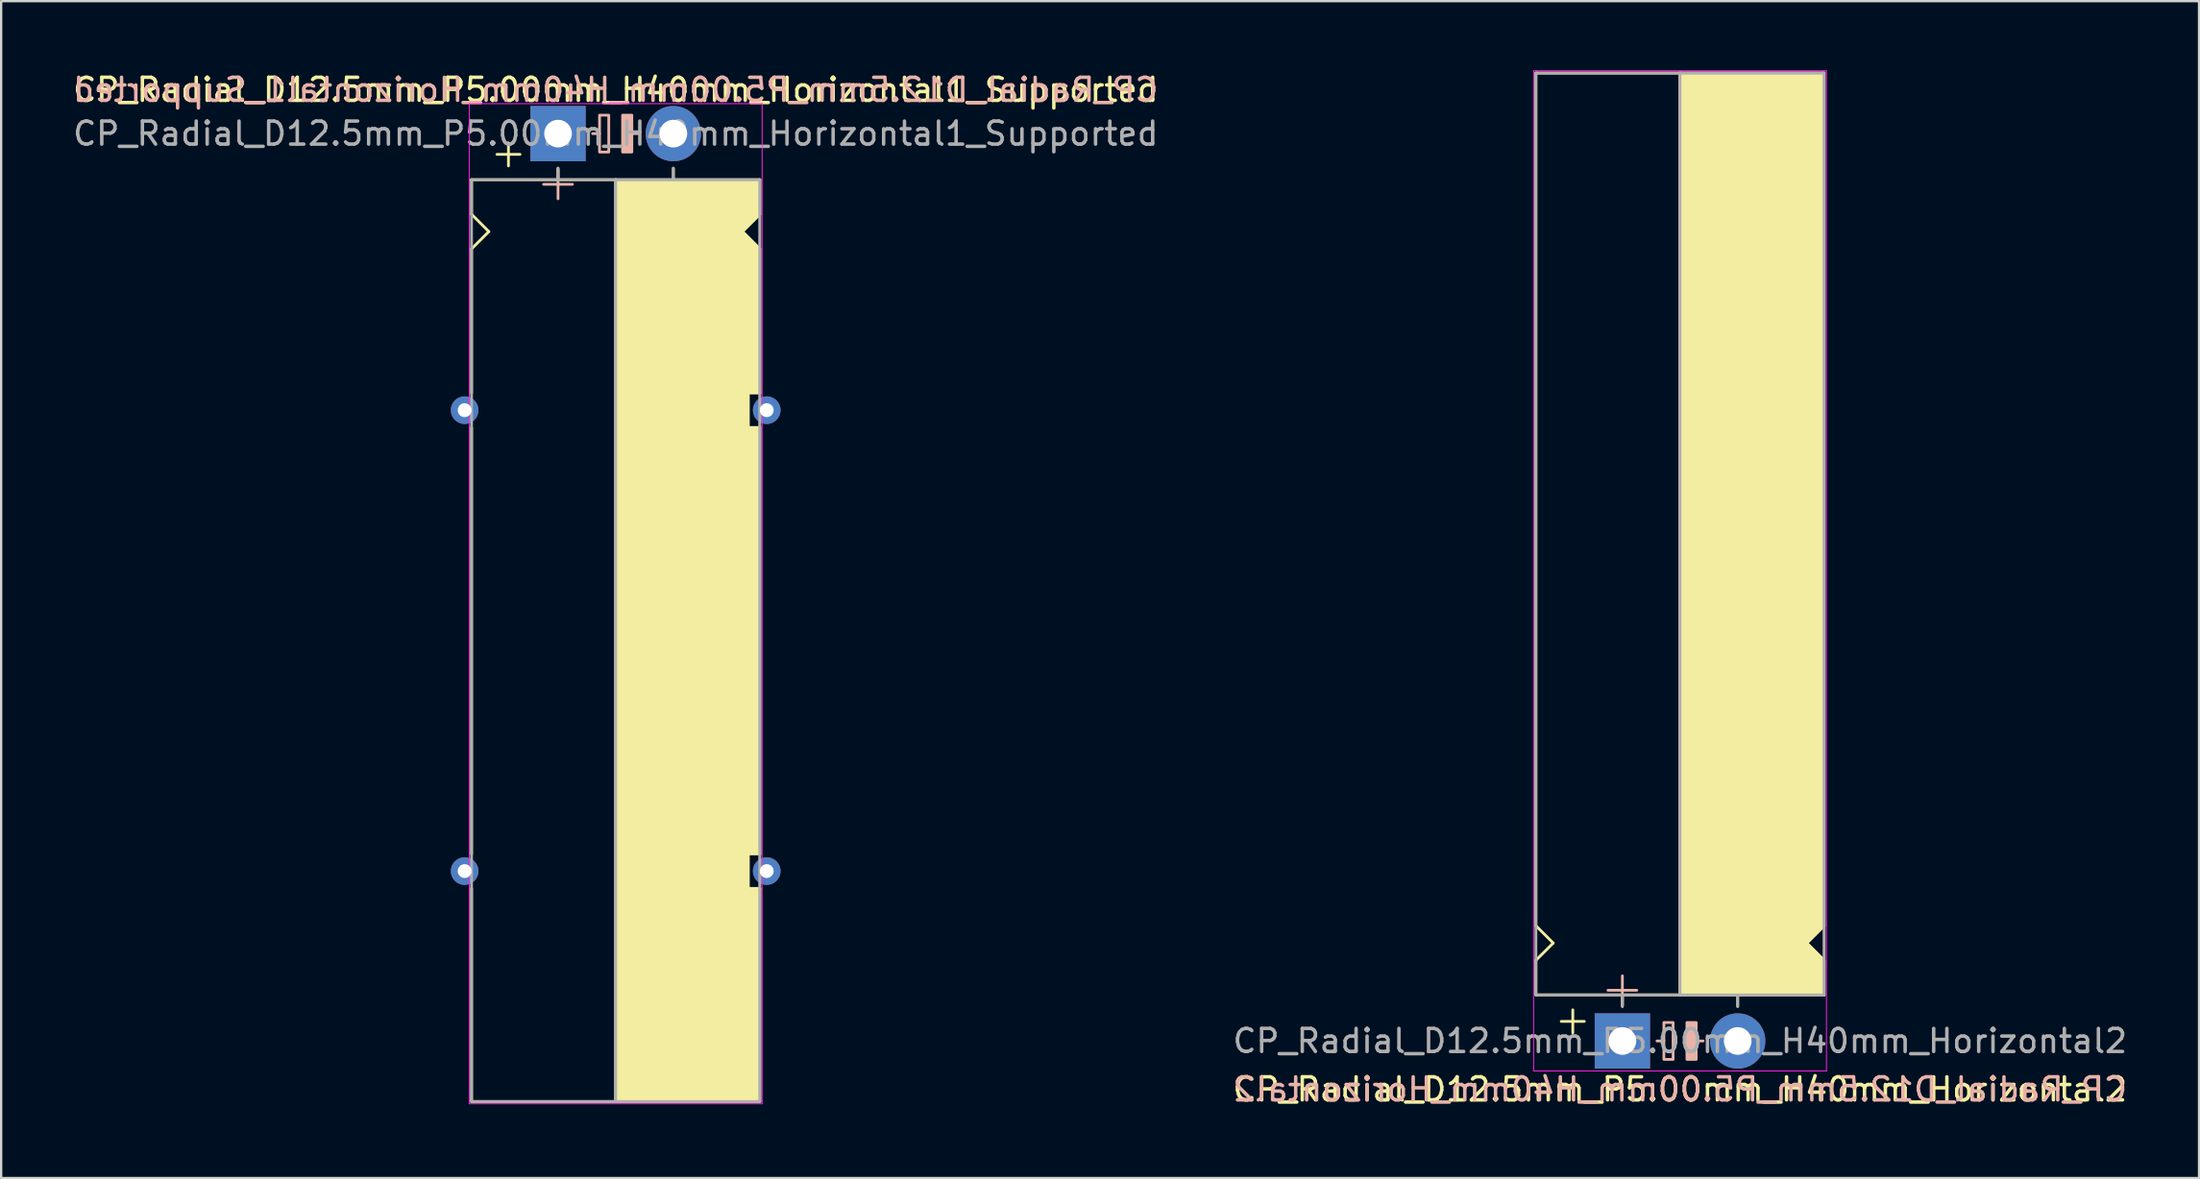
<source format=kicad_pcb>
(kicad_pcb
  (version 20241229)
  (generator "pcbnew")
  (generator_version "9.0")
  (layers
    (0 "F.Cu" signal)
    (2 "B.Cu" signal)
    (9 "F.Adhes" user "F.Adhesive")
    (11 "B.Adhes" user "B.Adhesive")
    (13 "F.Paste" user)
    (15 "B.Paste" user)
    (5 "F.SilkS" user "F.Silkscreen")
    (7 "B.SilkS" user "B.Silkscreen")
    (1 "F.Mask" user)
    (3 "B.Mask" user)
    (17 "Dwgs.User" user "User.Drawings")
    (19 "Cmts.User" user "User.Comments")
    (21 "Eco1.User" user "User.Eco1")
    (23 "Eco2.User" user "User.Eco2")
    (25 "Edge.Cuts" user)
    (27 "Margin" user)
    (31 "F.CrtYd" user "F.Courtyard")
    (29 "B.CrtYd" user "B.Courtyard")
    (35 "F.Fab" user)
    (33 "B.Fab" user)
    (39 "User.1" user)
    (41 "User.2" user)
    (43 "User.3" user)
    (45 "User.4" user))
  (footprint "CP_Radial_D12.5mm_P5.00mm_H40mm_Horizontal1_Supported"
    (layer "F.Cu")
    (at 21.149 2.748)
    (property "Reference" "CP_Radial_D12.5mm_P5.00mm_H40mm_Horizontal1_Supported" (at 2.5 -1.9 180) (layer "F.SilkS") (effects (font (size 1 1) (thickness 0.15))))
    (fp_line (start -3.75 2) (end -3.75 3.5) (stroke (width 0.12) (type solid)) (layer "F.SilkS"))
    (fp_line (start -3.75 3.5) (end -3 4.25) (stroke (width 0.12) (type solid)) (layer "F.SilkS"))
    (fp_line (start -3.75 5) (end -3.75 11.25) (stroke (width 0.12) (type solid)) (layer "F.SilkS"))
    (fp_line (start -3.75 12.75) (end -3.75 31.25) (stroke (width 0.12) (type solid)) (layer "F.SilkS"))
    (fp_line (start -3.75 42) (end -3.75 32.75) (stroke (width 0.12) (type solid)) (layer "F.SilkS"))
    (fp_line (start -3 4.25) (end -3.75 5) (stroke (width 0.12) (type solid)) (layer "F.SilkS"))
    (fp_line (start -2.15 0.4) (end -2.15 1.4) (stroke (width 0.12) (type solid)) (layer "F.SilkS"))
    (fp_line (start -1.65 0.9) (end -2.65 0.9) (stroke (width 0.12) (type solid)) (layer "F.SilkS"))
    (fp_line (start 0 1.5) (end 0 2) (stroke (width 0.12) (type solid)) (layer "F.SilkS"))
    (fp_line (start 2.5 2) (end -3.75 2) (stroke (width 0.12) (type solid)) (layer "F.SilkS"))
    (fp_line (start 2.5 2) (end 2.5 42) (stroke (width 0.12) (type solid)) (layer "F.SilkS"))
    (fp_line (start 2.5 2) (end 8.75 2) (stroke (width 0.12) (type solid)) (layer "F.SilkS"))
    (fp_line (start 5 1.5) (end 5 2) (stroke (width 0.12) (type solid)) (layer "F.SilkS"))
    (fp_line (start 8 4.25) (end 8.75 5) (stroke (width 0.12) (type solid)) (layer "F.SilkS"))
    (fp_line (start 8.25 11.25) (end 8.75 11.25) (stroke (width 0.12) (type solid)) (layer "F.SilkS"))
    (fp_line (start 8.25 12.75) (end 8.25 11.25) (stroke (width 0.12) (type solid)) (layer "F.SilkS"))
    (fp_line (start 8.25 31.25) (end 8.75 31.25) (stroke (width 0.12) (type solid)) (layer "F.SilkS"))
    (fp_line (start 8.25 32.75) (end 8.25 31.25) (stroke (width 0.12) (type solid)) (layer "F.SilkS"))
    (fp_line (start 8.75 2) (end 8.75 3.5) (stroke (width 0.12) (type solid)) (layer "F.SilkS"))
    (fp_line (start 8.75 3.5) (end 8 4.25) (stroke (width 0.12) (type solid)) (layer "F.SilkS"))
    (fp_line (start 8.75 5) (end 8.75 11.25) (stroke (width 0.12) (type solid)) (layer "F.SilkS"))
    (fp_line (start 8.75 12.75) (end 8.25 12.75) (stroke (width 0.12) (type solid)) (layer "F.SilkS"))
    (fp_line (start 8.75 12.75) (end 8.75 31.25) (stroke (width 0.12) (type solid)) (layer "F.SilkS"))
    (fp_line (start 8.75 32.75) (end 8.25 32.75) (stroke (width 0.12) (type solid)) (layer "F.SilkS"))
    (fp_line (start 8.75 42) (end -3.75 42) (stroke (width 0.12) (type solid)) (layer "F.SilkS"))
    (fp_line (start 8.75 42) (end 8.75 32.75) (stroke (width 0.12) (type solid)) (layer "F.SilkS"))
    (fp_poly (pts (xy 8.75 3.5) (xy 8 4.25) (xy 8.75 5) (xy 8.75 11.25) (xy 8.25 11.25) (xy 8.25 12.75) (xy 8.75 12.75) (xy 8.75 31.25) (xy 8.25 31.25) (xy 8.25 32.75) (xy 8.75 32.75) (xy 8.75 42) (xy 2.5 42) (xy 2.5 2) (xy 8.75 2)) (stroke (width 0.1) (type solid)) (fill yes) (layer "F.SilkS"))
    (fp_line (start 0 1.575) (end 0 2.825) (stroke (width 0.12) (type solid)) (layer "B.SilkS"))
    (fp_line (start 0.625 2.2) (end -0.625 2.2) (stroke (width 0.12) (type solid)) (layer "B.SilkS"))
    (fp_line (start 1.8 0) (end 1.5 0) (stroke (width 0.12) (type solid)) (layer "B.SilkS"))
    (fp_line (start 3.5 0) (end 3.2 0) (stroke (width 0.12) (type solid)) (layer "B.SilkS"))
    (fp_rect (start 2.2 -0.8) (end 1.8 0.8) (stroke (width 0.12) (type solid)) (fill no) (layer "B.SilkS"))
    (fp_rect (start 3.2 -0.8) (end 2.8 0.8) (stroke (width 0.12) (type solid)) (fill yes) (layer "B.SilkS"))
    (fp_line (start -3.85 -1.3) (end 8.85 -1.3) (stroke (width 0.04) (type solid)) (layer "F.CrtYd"))
    (fp_line (start -3.85 42.1) (end -3.85 -1.3) (stroke (width 0.04) (type solid)) (layer "F.CrtYd"))
    (fp_line (start 8.85 -1.3) (end 8.85 42.1) (stroke (width 0.04) (type solid)) (layer "F.CrtYd"))
    (fp_line (start 8.85 42.1) (end -3.85 42.1) (stroke (width 0.04) (type solid)) (layer "F.CrtYd"))
    (fp_line (start -3.75 2) (end -3.75 42) (stroke (width 0.12) (type solid)) (layer "F.Fab"))
    (fp_line (start -3.75 42) (end 8.75 42) (stroke (width 0.12) (type solid)) (layer "F.Fab"))
    (fp_line (start 0 1.5) (end 0 2) (stroke (width 0.12) (type solid)) (layer "F.Fab"))
    (fp_line (start 0 2) (end -3.75 2) (stroke (width 0.12) (type solid)) (layer "F.Fab"))
    (fp_line (start 2.5 2) (end 2.5 42) (stroke (width 0.12) (type solid)) (layer "F.Fab"))
    (fp_line (start 5 2) (end 5 1.5) (stroke (width 0.12) (type solid)) (layer "F.Fab"))
    (fp_line (start 8.75 2) (end 0 2) (stroke (width 0.12) (type solid)) (layer "F.Fab"))
    (fp_line (start 8.75 42) (end 8.75 2) (stroke (width 0.12) (type solid)) (layer "F.Fab"))
    (fp_poly (pts (xy 8.75 42) (xy 2.5 42) (xy 2.5 2) (xy 8.75 2)) (stroke (width 0.1) (type solid)) (fill no) (layer "F.Fab"))
    (fp_text user "${REFERENCE}" (at 2.5 -1.9 0) (layer "B.SilkS") (effects (font (size 1 1) (thickness 0.15)) (justify mirror)))
    (fp_text user "${REFERENCE}" (at 2.5 0 0) (layer "F.Fab") (effects (font (size 1 1) (thickness 0.15))))
    (pad "1" thru_hole rect (at 0 0) (size 2.4 2.4) (drill 1.2) (layers "*.Cu" "*.Mask"))
    (pad "2" thru_hole circle (at 5 0) (size 2.4 2.4) (drill 1.2) (layers "*.Cu" "*.Mask"))
    (pad "~" thru_hole circle (at -4.05 12) (size 1.2 1.2) (drill 0.6) (layers "*.Cu" "*.Mask"))
    (pad "~" thru_hole circle (at -4.05 32) (size 1.2 1.2) (drill 0.6) (layers "*.Cu" "*.Mask"))
    (pad "~" thru_hole circle (at 9.05 12) (size 1.2 1.2) (drill 0.6) (layers "*.Cu" "*.Mask"))
    (pad "~" thru_hole circle (at 9.05 32) (size 1.2 1.2) (drill 0.6) (layers "*.Cu" "*.Mask")))
  (footprint "CP_Radial_D12.5mm_P5.00mm_H40mm_Horizontal2"
    (layer "F.Cu")
    (at 67.304 42.12)
    (property "Reference" "CP_Radial_D12.5mm_P5.00mm_H40mm_Horizontal2" (at 2.5 2.1 180) (layer "F.SilkS") (effects (font (size 1 1) (thickness 0.15))))
    (fp_line (start -3.75 -5) (end -3.75 -42) (stroke (width 0.12) (type solid)) (layer "F.SilkS"))
    (fp_line (start -3.75 -3.5) (end -3 -4.25) (stroke (width 0.12) (type solid)) (layer "F.SilkS"))
    (fp_line (start -3.75 -2) (end -3.75 -3.5) (stroke (width 0.12) (type solid)) (layer "F.SilkS"))
    (fp_line (start -3 -4.25) (end -3.75 -5) (stroke (width 0.12) (type solid)) (layer "F.SilkS"))
    (fp_line (start -2.15 -1.35) (end -2.15 -0.35) (stroke (width 0.12) (type solid)) (layer "F.SilkS"))
    (fp_line (start -1.65 -0.85) (end -2.65 -0.85) (stroke (width 0.12) (type solid)) (layer "F.SilkS"))
    (fp_line (start 0 -1.5) (end 0 -2) (stroke (width 0.12) (type solid)) (layer "F.SilkS"))
    (fp_line (start 2.5 -2) (end -3.75 -2) (stroke (width 0.12) (type solid)) (layer "F.SilkS"))
    (fp_line (start 2.5 -2) (end 2.5 -42) (stroke (width 0.12) (type solid)) (layer "F.SilkS"))
    (fp_line (start 2.5 -2) (end 8.75 -2) (stroke (width 0.12) (type solid)) (layer "F.SilkS"))
    (fp_line (start 5 -1.5) (end 5 -2) (stroke (width 0.12) (type solid)) (layer "F.SilkS"))
    (fp_line (start 8 -4.25) (end 8.75 -5) (stroke (width 0.12) (type solid)) (layer "F.SilkS"))
    (fp_line (start 8.75 -42) (end -3.75 -42) (stroke (width 0.12) (type solid)) (layer "F.SilkS"))
    (fp_line (start 8.75 -5) (end 8.75 -42) (stroke (width 0.12) (type solid)) (layer "F.SilkS"))
    (fp_line (start 8.75 -3.5) (end 8 -4.25) (stroke (width 0.12) (type solid)) (layer "F.SilkS"))
    (fp_line (start 8.75 -2) (end 8.75 -3.5) (stroke (width 0.12) (type solid)) (layer "F.SilkS"))
    (fp_poly (pts (xy 8.75 -3.5) (xy 8 -4.25) (xy 8.75 -5) (xy 8.75 -42) (xy 2.5 -42) (xy 2.5 -2) (xy 8.75 -2)) (stroke (width 0.1) (type solid)) (fill yes) (layer "F.SilkS"))
    (fp_line (start 0 -2.825) (end 0 -1.575) (stroke (width 0.12) (type solid)) (layer "B.SilkS"))
    (fp_line (start 0.625 -2.2) (end -0.625 -2.2) (stroke (width 0.12) (type solid)) (layer "B.SilkS"))
    (fp_line (start 1.8 0) (end 1.5 0) (stroke (width 0.12) (type solid)) (layer "B.SilkS"))
    (fp_line (start 3.5 0) (end 3.2 0) (stroke (width 0.12) (type solid)) (layer "B.SilkS"))
    (fp_rect (start 2.2 -0.8) (end 1.8 0.8) (stroke (width 0.12) (type solid)) (fill no) (layer "B.SilkS"))
    (fp_rect (start 3.2 -0.8) (end 2.8 0.8) (stroke (width 0.12) (type solid)) (fill yes) (layer "B.SilkS"))
    (fp_line (start -3.85 -42.1) (end -3.85 1.3) (stroke (width 0.04) (type solid)) (layer "F.CrtYd"))
    (fp_line (start 8.85 -42.1) (end -3.85 -42.1) (stroke (width 0.04) (type solid)) (layer "F.CrtYd"))
    (fp_line (start 8.85 1.3) (end -3.85 1.3) (stroke (width 0.04) (type solid)) (layer "F.CrtYd"))
    (fp_line (start 8.85 1.3) (end 8.85 -42.1) (stroke (width 0.04) (type solid)) (layer "F.CrtYd"))
    (fp_line (start -3.75 -42) (end 8.75 -42) (stroke (width 0.12) (type solid)) (layer "F.Fab"))
    (fp_line (start -3.75 -2) (end -3.75 -42) (stroke (width 0.12) (type solid)) (layer "F.Fab"))
    (fp_line (start 0 -2) (end -3.75 -2) (stroke (width 0.12) (type solid)) (layer "F.Fab"))
    (fp_line (start 0 -1.5) (end 0 -2) (stroke (width 0.12) (type solid)) (layer "F.Fab"))
    (fp_line (start 2.5 -2) (end 2.5 -42) (stroke (width 0.12) (type solid)) (layer "F.Fab"))
    (fp_line (start 5 -2) (end 5 -1.5) (stroke (width 0.12) (type solid)) (layer "F.Fab"))
    (fp_line (start 8.75 -42) (end 8.75 -2) (stroke (width 0.12) (type solid)) (layer "F.Fab"))
    (fp_line (start 8.75 -2) (end 0 -2) (stroke (width 0.12) (type solid)) (layer "F.Fab"))
    (fp_poly (pts (xy 8.75 -42) (xy 2.5 -42) (xy 2.5 -2) (xy 8.75 -2)) (stroke (width 0.1) (type solid)) (fill no) (layer "F.Fab"))
    (fp_text user "${REFERENCE}" (at 2.5 2.1 0) (layer "B.SilkS") (effects (font (size 1 1) (thickness 0.15)) (justify mirror)))
    (fp_text user "${REFERENCE}" (at 2.5 0 0) (layer "F.Fab") (effects (font (size 1 1) (thickness 0.15))))
    (pad "1" thru_hole rect (at 0 0) (size 2.4 2.4) (drill 1.2) (layers "*.Cu" "*.Mask"))
    (pad "2" thru_hole circle (at 5 0) (size 2.4 2.4) (drill 1.2) (layers "*.Cu" "*.Mask")))
  (gr_rect
    (start -3 -3)
    (end 92.31 48.068)
    (stroke (width 0.1) (type default))
    (fill no)
    (layer "Edge.Cuts")))
</source>
